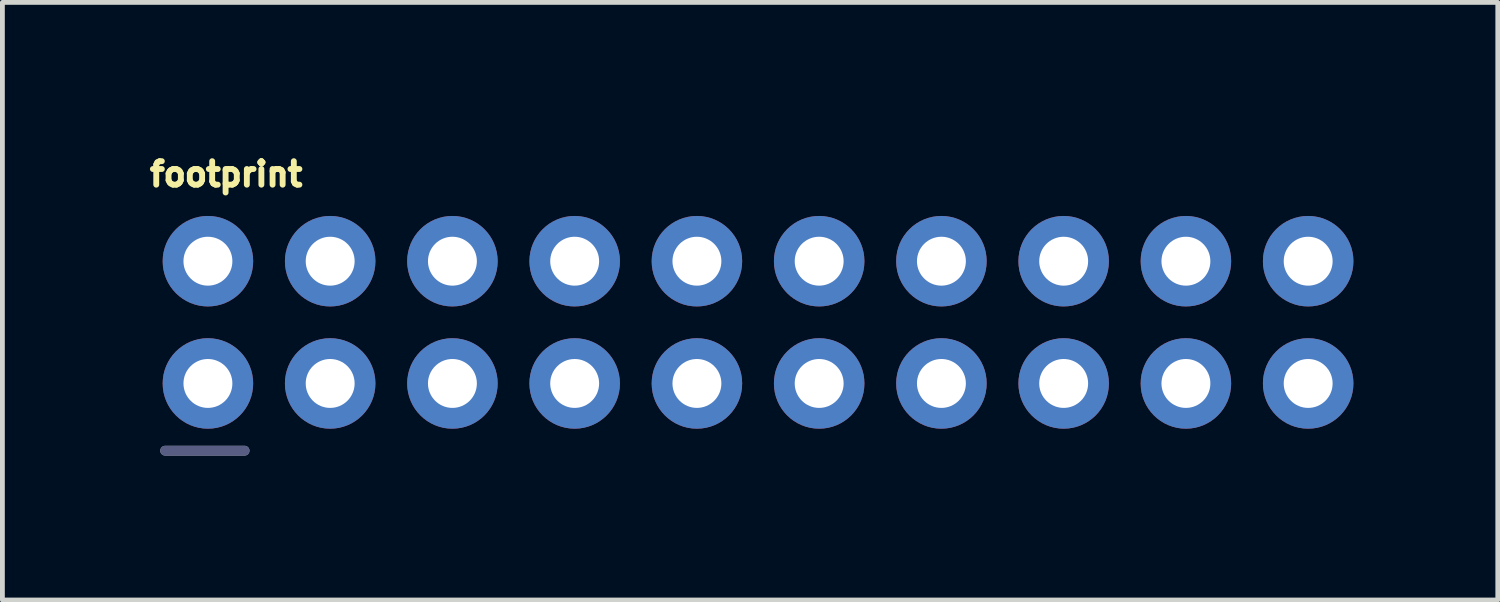
<source format=kicad_pcb>
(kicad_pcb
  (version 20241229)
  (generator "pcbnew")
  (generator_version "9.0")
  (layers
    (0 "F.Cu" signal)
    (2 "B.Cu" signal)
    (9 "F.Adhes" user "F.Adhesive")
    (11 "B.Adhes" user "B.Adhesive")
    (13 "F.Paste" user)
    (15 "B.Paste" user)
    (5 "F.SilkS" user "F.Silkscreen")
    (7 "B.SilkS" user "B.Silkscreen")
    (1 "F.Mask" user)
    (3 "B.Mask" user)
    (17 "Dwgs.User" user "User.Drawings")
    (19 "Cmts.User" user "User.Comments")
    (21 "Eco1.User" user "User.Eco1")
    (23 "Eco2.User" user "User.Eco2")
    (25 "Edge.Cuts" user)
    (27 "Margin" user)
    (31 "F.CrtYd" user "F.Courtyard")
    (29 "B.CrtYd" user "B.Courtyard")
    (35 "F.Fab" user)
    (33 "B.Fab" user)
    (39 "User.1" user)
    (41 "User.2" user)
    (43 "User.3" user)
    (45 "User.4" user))
  (footprint "footprint"
    (layer "F.Cu")
    (at 1.27 4.917)
    (property "Reference" "footprint" (at -1.27 -4.064 0) (layer "F.SilkS") (effects (font (size 0.488 0.488) (thickness 0.122)) (justify left bottom)))
    (fp_line (start 0.762 1.397) (end -0.889 1.397) (stroke (width 0.203) (type solid)) (layer "B.Fab"))
    (fp_line (start -0.889 1.397) (end 0.762 1.397) (stroke (width 0.203) (type solid)) (layer "F.Fab"))
    (fp_poly (pts (xy -0.254 -2.286) (xy 0.254 -2.286) (xy 0.254 -2.794) (xy -0.254 -2.794)) (stroke (width 0.1) (type solid)) (fill no) (layer "F.Fab"))
    (fp_poly (pts (xy -0.254 0.254) (xy 0.254 0.254) (xy 0.254 -0.254) (xy -0.254 -0.254)) (stroke (width 0.1) (type solid)) (fill no) (layer "F.Fab"))
    (fp_poly (pts (xy 2.286 -2.286) (xy 2.794 -2.286) (xy 2.794 -2.794) (xy 2.286 -2.794)) (stroke (width 0.1) (type solid)) (fill no) (layer "F.Fab"))
    (fp_poly (pts (xy 2.286 0.254) (xy 2.794 0.254) (xy 2.794 -0.254) (xy 2.286 -0.254)) (stroke (width 0.1) (type solid)) (fill no) (layer "F.Fab"))
    (fp_poly (pts (xy 4.826 -2.286) (xy 5.334 -2.286) (xy 5.334 -2.794) (xy 4.826 -2.794)) (stroke (width 0.1) (type solid)) (fill no) (layer "F.Fab"))
    (fp_poly (pts (xy 4.826 0.254) (xy 5.334 0.254) (xy 5.334 -0.254) (xy 4.826 -0.254)) (stroke (width 0.1) (type solid)) (fill no) (layer "F.Fab"))
    (fp_poly (pts (xy 7.366 -2.286) (xy 7.874 -2.286) (xy 7.874 -2.794) (xy 7.366 -2.794)) (stroke (width 0.1) (type solid)) (fill no) (layer "F.Fab"))
    (fp_poly (pts (xy 7.366 0.254) (xy 7.874 0.254) (xy 7.874 -0.254) (xy 7.366 -0.254)) (stroke (width 0.1) (type solid)) (fill no) (layer "F.Fab"))
    (fp_poly (pts (xy 9.906 -2.286) (xy 10.414 -2.286) (xy 10.414 -2.794) (xy 9.906 -2.794)) (stroke (width 0.1) (type solid)) (fill no) (layer "F.Fab"))
    (fp_poly (pts (xy 9.906 0.254) (xy 10.414 0.254) (xy 10.414 -0.254) (xy 9.906 -0.254)) (stroke (width 0.1) (type solid)) (fill no) (layer "F.Fab"))
    (fp_poly (pts (xy 12.446 -2.286) (xy 12.954 -2.286) (xy 12.954 -2.794) (xy 12.446 -2.794)) (stroke (width 0.1) (type solid)) (fill no) (layer "F.Fab"))
    (fp_poly (pts (xy 12.446 0.254) (xy 12.954 0.254) (xy 12.954 -0.254) (xy 12.446 -0.254)) (stroke (width 0.1) (type solid)) (fill no) (layer "F.Fab"))
    (fp_poly (pts (xy 14.986 -2.286) (xy 15.494 -2.286) (xy 15.494 -2.794) (xy 14.986 -2.794)) (stroke (width 0.1) (type solid)) (fill no) (layer "F.Fab"))
    (fp_poly (pts (xy 14.986 0.254) (xy 15.494 0.254) (xy 15.494 -0.254) (xy 14.986 -0.254)) (stroke (width 0.1) (type solid)) (fill no) (layer "F.Fab"))
    (fp_poly (pts (xy 17.526 -2.286) (xy 18.034 -2.286) (xy 18.034 -2.794) (xy 17.526 -2.794)) (stroke (width 0.1) (type solid)) (fill no) (layer "F.Fab"))
    (fp_poly (pts (xy 17.526 0.254) (xy 18.034 0.254) (xy 18.034 -0.254) (xy 17.526 -0.254)) (stroke (width 0.1) (type solid)) (fill no) (layer "F.Fab"))
    (fp_poly (pts (xy 20.066 -2.286) (xy 20.574 -2.286) (xy 20.574 -2.794) (xy 20.066 -2.794)) (stroke (width 0.1) (type solid)) (fill no) (layer "F.Fab"))
    (fp_poly (pts (xy 20.066 0.254) (xy 20.574 0.254) (xy 20.574 -0.254) (xy 20.066 -0.254)) (stroke (width 0.1) (type solid)) (fill no) (layer "F.Fab"))
    (fp_poly (pts (xy 22.606 -2.286) (xy 23.114 -2.286) (xy 23.114 -2.794) (xy 22.606 -2.794)) (stroke (width 0.1) (type solid)) (fill no) (layer "F.Fab"))
    (fp_poly (pts (xy 22.606 0.254) (xy 23.114 0.254) (xy 23.114 -0.254) (xy 22.606 -0.254)) (stroke (width 0.1) (type solid)) (fill no) (layer "F.Fab"))
    (pad "1" thru_hole circle (at 0 0) (size 1.88 1.88) (drill 1.016) (layers "*.Cu" "*.Mask"))
    (pad "2" thru_hole circle (at 0 -2.54) (size 1.88 1.88) (drill 1.016) (layers "*.Cu" "*.Mask"))
    (pad "3" thru_hole circle (at 2.54 0) (size 1.88 1.88) (drill 1.016) (layers "*.Cu" "*.Mask"))
    (pad "4" thru_hole circle (at 2.54 -2.54) (size 1.88 1.88) (drill 1.016) (layers "*.Cu" "*.Mask"))
    (pad "5" thru_hole circle (at 5.08 0) (size 1.88 1.88) (drill 1.016) (layers "*.Cu" "*.Mask"))
    (pad "6" thru_hole circle (at 5.08 -2.54) (size 1.88 1.88) (drill 1.016) (layers "*.Cu" "*.Mask"))
    (pad "7" thru_hole circle (at 7.62 0) (size 1.88 1.88) (drill 1.016) (layers "*.Cu" "*.Mask"))
    (pad "8" thru_hole circle (at 7.62 -2.54) (size 1.88 1.88) (drill 1.016) (layers "*.Cu" "*.Mask"))
    (pad "9" thru_hole circle (at 10.16 0) (size 1.88 1.88) (drill 1.016) (layers "*.Cu" "*.Mask"))
    (pad "10" thru_hole circle (at 10.16 -2.54) (size 1.88 1.88) (drill 1.016) (layers "*.Cu" "*.Mask"))
    (pad "11" thru_hole circle (at 12.7 0) (size 1.88 1.88) (drill 1.016) (layers "*.Cu" "*.Mask"))
    (pad "12" thru_hole circle (at 12.7 -2.54) (size 1.88 1.88) (drill 1.016) (layers "*.Cu" "*.Mask"))
    (pad "13" thru_hole circle (at 15.24 0) (size 1.88 1.88) (drill 1.016) (layers "*.Cu" "*.Mask"))
    (pad "14" thru_hole circle (at 15.24 -2.54) (size 1.88 1.88) (drill 1.016) (layers "*.Cu" "*.Mask"))
    (pad "15" thru_hole circle (at 17.78 0) (size 1.88 1.88) (drill 1.016) (layers "*.Cu" "*.Mask"))
    (pad "16" thru_hole circle (at 17.78 -2.54) (size 1.88 1.88) (drill 1.016) (layers "*.Cu" "*.Mask"))
    (pad "17" thru_hole circle (at 20.32 0) (size 1.88 1.88) (drill 1.016) (layers "*.Cu" "*.Mask"))
    (pad "18" thru_hole circle (at 20.32 -2.54) (size 1.88 1.88) (drill 1.016) (layers "*.Cu" "*.Mask"))
    (pad "19" thru_hole circle (at 22.86 0) (size 1.88 1.88) (drill 1.016) (layers "*.Cu" "*.Mask"))
    (pad "20" thru_hole circle (at 22.86 -2.54) (size 1.88 1.88) (drill 1.016) (layers "*.Cu" "*.Mask")))
  (gr_rect
    (start -3 -3)
    (end 28.07 9.416)
    (stroke (width 0.1) (type default))
    (fill no)
    (layer "Edge.Cuts")))
</source>
